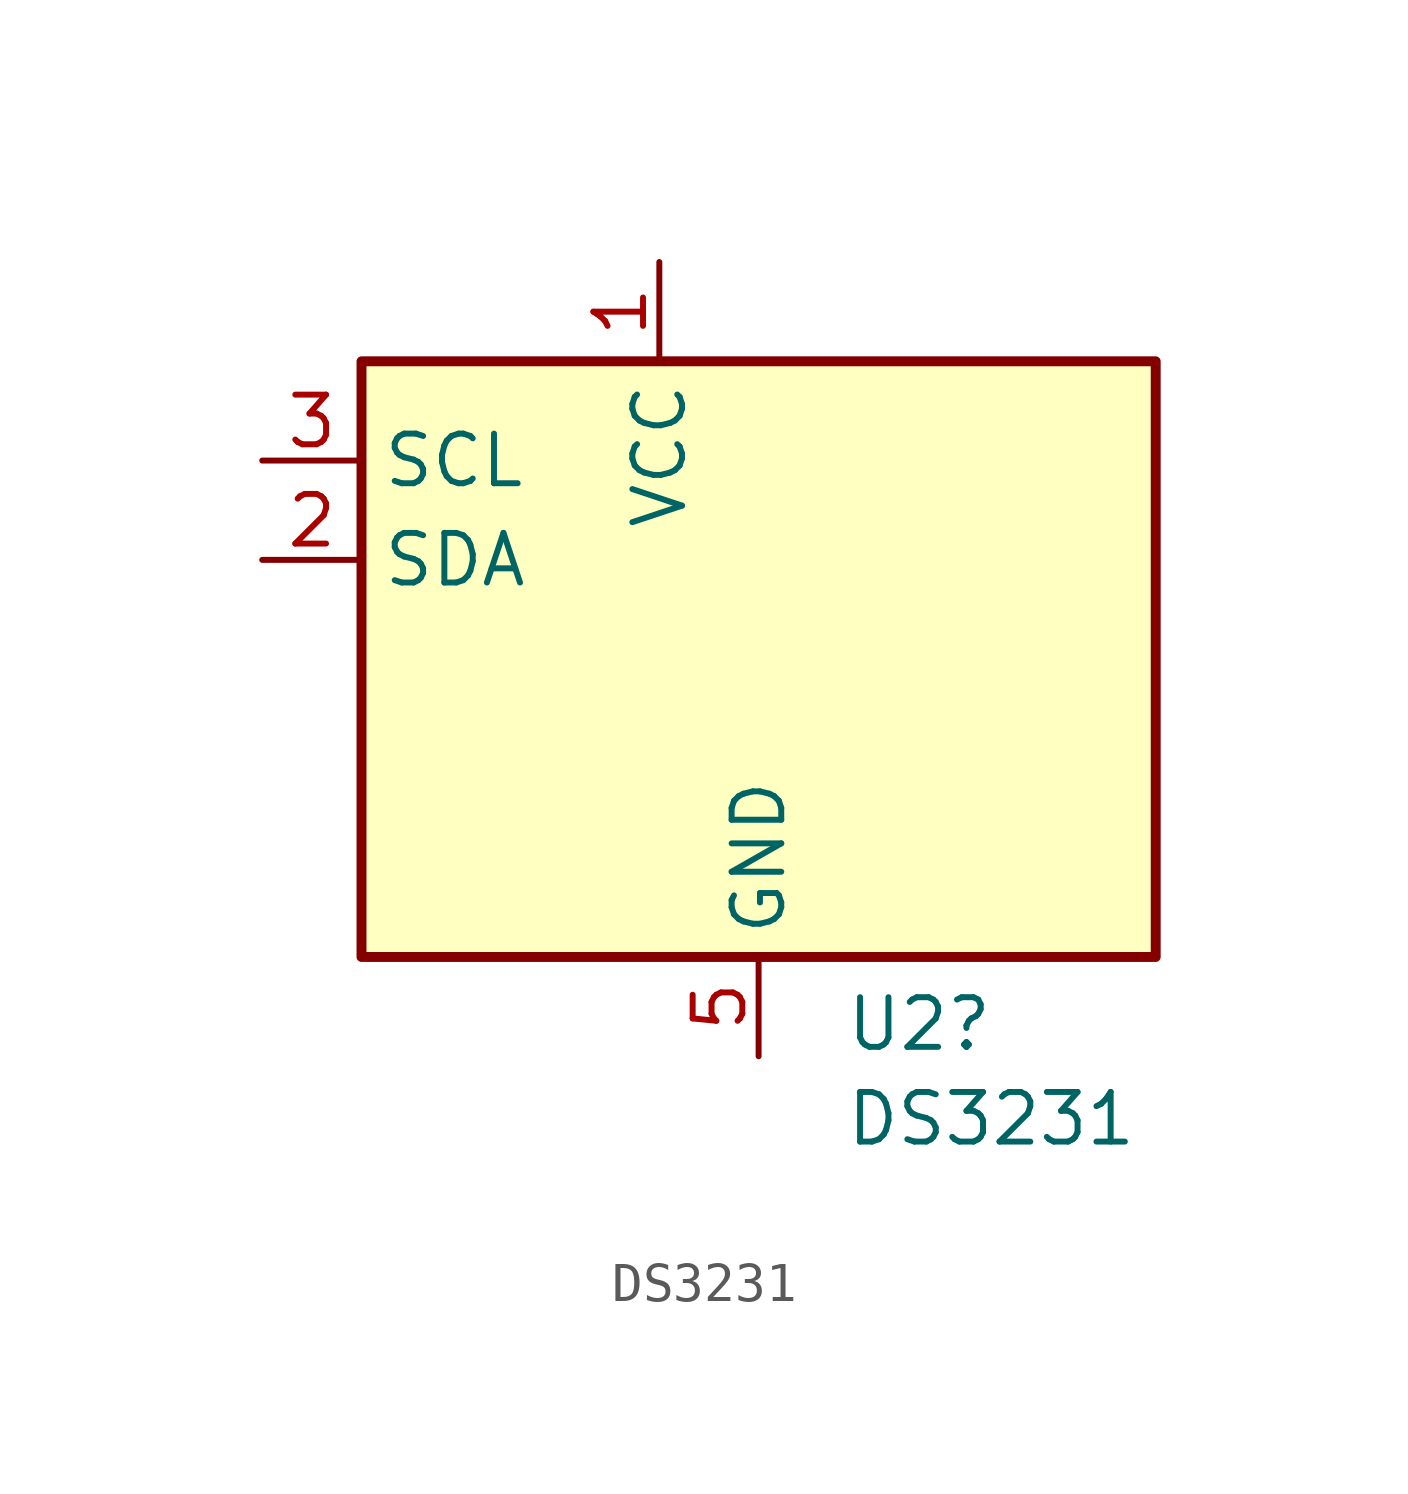
<source format=kicad_sym>
(kicad_symbol_lib
  (version 20231120)
  (generator "kicad_symbol_editor")
  (generator_version "8.0")
  (symbol "DS3231"
    (property "Reference" "U2"
      (at 2.194 -9.34 0)
      (effects (font (size 1.27 1.27)) (justify left)))
    (property "Value" "DS3231"
      (at 2.194 -11.764 0)
      (effects (font (size 1.27 1.27)) (justify left)))
    (symbol "DS3231_0_1"
      (rectangle (start -10.16 7.62) (end 10.16 -7.62) (stroke (width 0.254) (type default)) (fill (type background))))
    (symbol "DS3231_1_1"
      (pin power_in line (at -2.54 10.16 270) (length 2.54) (name "VCC" (effects (font (size 1.27 1.27)))) (number "1" (effects (font (size 1.27 1.27)))))
      (pin bidirectional line (at -12.7 2.54 0) (length 2.54) (name "SDA" (effects (font (size 1.27 1.27)))) (number "2" (effects (font (size 1.27 1.27)))))
      (pin input line (at -12.7 5.08 0) (length 2.54) (name "SCL" (effects (font (size 1.27 1.27)))) (number "3" (effects (font (size 1.27 1.27)))))
      (pin power_in line (at 0 -10.16 90) (length 2.54) (name "GND" (effects (font (size 1.27 1.27)))) (number "5" (effects (font (size 1.27 1.27))))))))
</source>
